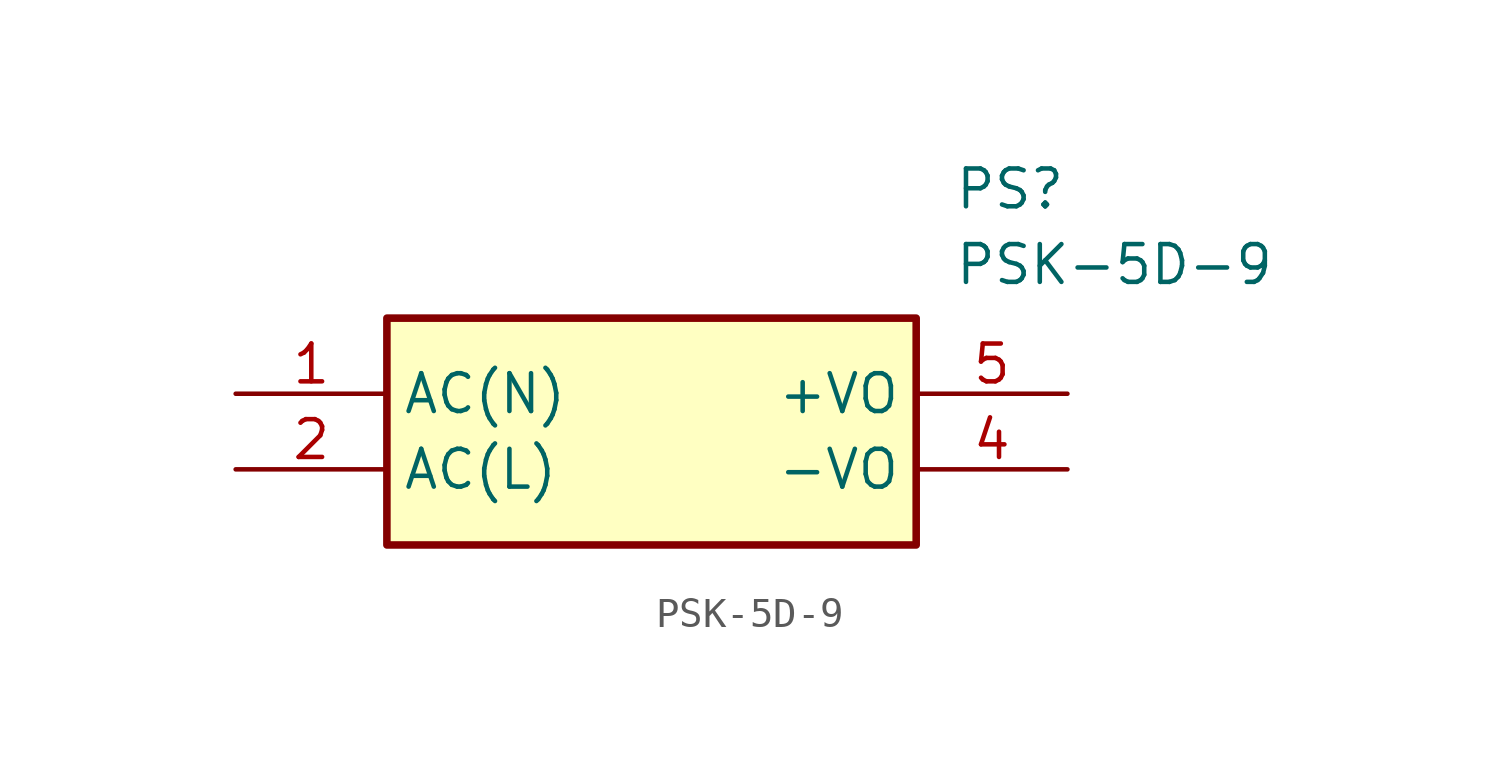
<source format=kicad_sym>
(kicad_symbol_lib
  (version 20211014)
  (generator SamacSys_ECAD_Model)
  (symbol "PSK-5D-9"
    (property "Reference" "PS"
      (at 24.13 7.62 0)
      (effects (font (size 1.27 1.27)) (justify left top)))
    (property "Value" "PSK-5D-9"
      (at 24.13 5.08 0)
      (effects (font (size 1.27 1.27)) (justify left top)))
    (rectangle
      (start 5.08 2.54)
      (end 22.86 -5.08)
      (stroke (width 0.254) (type default))
      (fill (type background)))
    (pin passive line
      (at 0 0 0)
      (length 5.08)
      (name "AC(N)" (effects (font (size 1.27 1.27))))
      (number "1" (effects (font (size 1.27 1.27)))))
    (pin passive line
      (at 0 -2.54 0)
      (length 5.08)
      (name "AC(L)" (effects (font (size 1.27 1.27))))
      (number "2" (effects (font (size 1.27 1.27)))))
    (pin passive line
      (at 27.94 -2.54 180)
      (length 5.08)
      (name "-VO" (effects (font (size 1.27 1.27))))
      (number "4" (effects (font (size 1.27 1.27)))))
    (pin passive line
      (at 27.94 0 180)
      (length 5.08)
      (name "+VO" (effects (font (size 1.27 1.27))))
      (number "5" (effects (font (size 1.27 1.27)))))))
</source>
